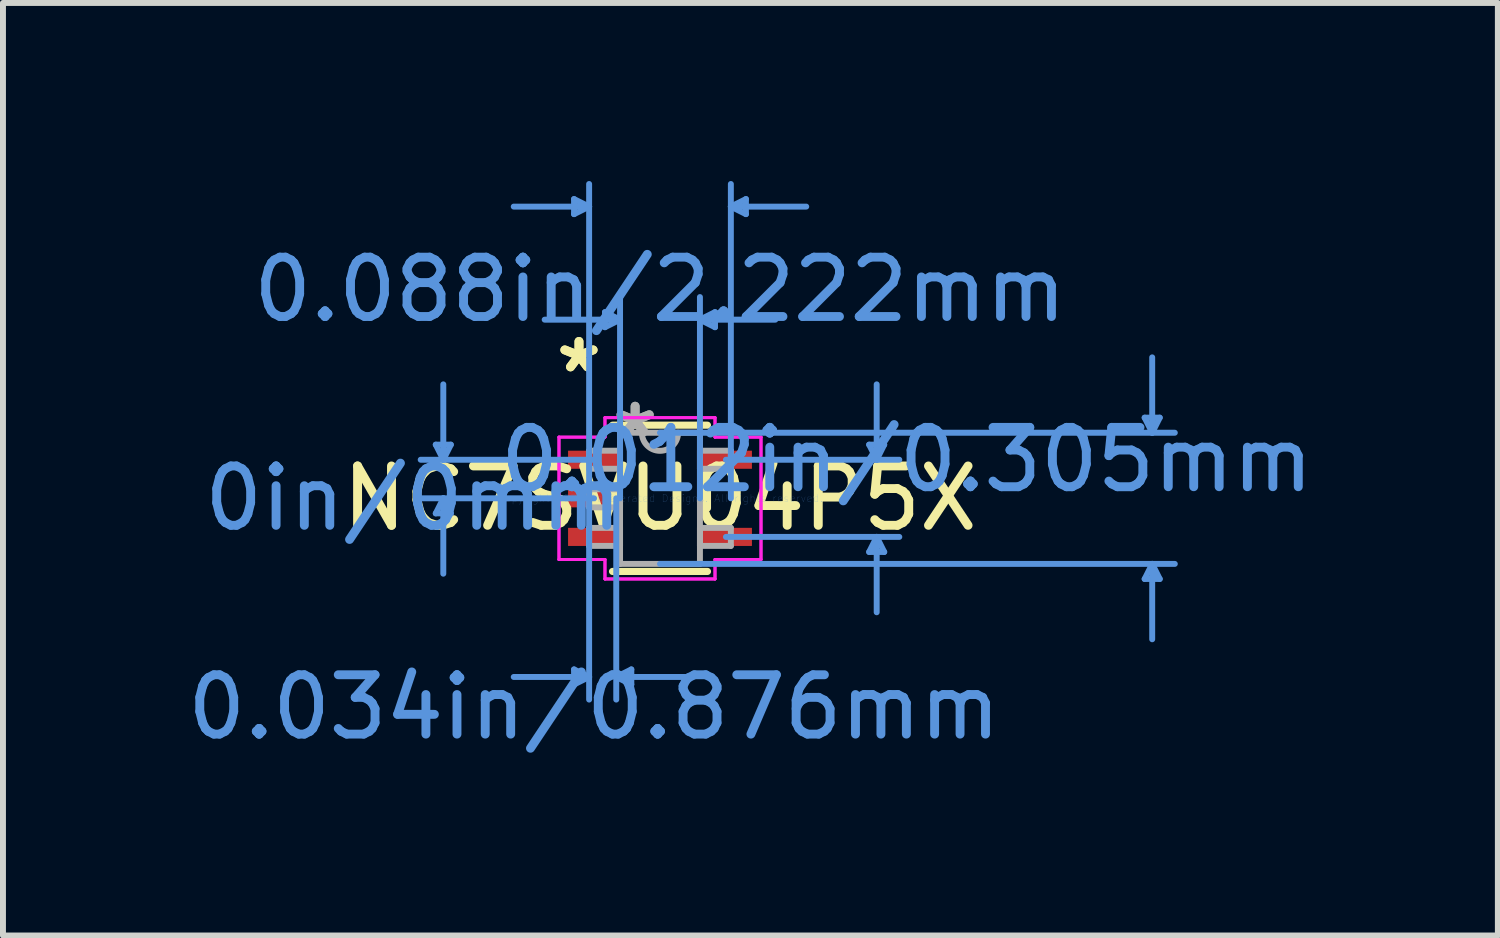
<source format=kicad_pcb>
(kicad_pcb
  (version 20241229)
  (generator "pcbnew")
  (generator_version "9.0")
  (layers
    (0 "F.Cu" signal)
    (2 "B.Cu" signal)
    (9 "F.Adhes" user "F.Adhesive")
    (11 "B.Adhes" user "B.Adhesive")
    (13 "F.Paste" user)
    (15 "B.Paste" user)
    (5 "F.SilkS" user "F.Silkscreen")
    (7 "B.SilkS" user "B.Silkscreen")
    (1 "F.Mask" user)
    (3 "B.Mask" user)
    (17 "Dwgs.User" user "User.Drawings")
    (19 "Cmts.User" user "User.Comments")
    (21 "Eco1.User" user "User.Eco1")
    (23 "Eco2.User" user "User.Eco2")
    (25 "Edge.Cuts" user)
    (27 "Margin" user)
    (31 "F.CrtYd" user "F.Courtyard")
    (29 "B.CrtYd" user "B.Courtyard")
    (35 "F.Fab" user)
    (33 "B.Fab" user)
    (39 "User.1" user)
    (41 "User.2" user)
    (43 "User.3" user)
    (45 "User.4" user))
  (footprint "NC7SVU04P5X"
    (layer "F.Cu")
    (at 8.07 5.346)
    (property "Reference" "NC7SVU04P5X" (at 0 0 0) (layer "F.SilkS") (effects (font (size 1 1) (thickness 0.15))))
    (attr through_hole)
    (fp_line (start -0.8 1.232) (end 0.8 1.232) (stroke (width 0.12) (type solid)) (layer "F.SilkS"))
    (fp_line (start 0.8 -1.232) (end -0.8 -1.232) (stroke (width 0.12) (type solid)) (layer "F.SilkS"))
    (fp_line (start 0.8 0.165) (end 0.8 -0.165) (stroke (width 0.12) (type solid)) (layer "F.SilkS"))
    (fp_line (start -3.778 -0.904) (end -3.524 -0.904) (stroke (width 0.1) (type solid)) (layer "Cmts.User"))
    (fp_line (start -3.778 0.254) (end -3.524 0.254) (stroke (width 0.1) (type solid)) (layer "Cmts.User"))
    (fp_line (start -3.651 -0.65) (end -3.778 -0.904) (stroke (width 0.1) (type solid)) (layer "Cmts.User"))
    (fp_line (start -3.651 -0.65) (end -3.651 -1.92) (stroke (width 0.1) (type solid)) (layer "Cmts.User"))
    (fp_line (start -3.651 -0.65) (end -3.524 -0.904) (stroke (width 0.1) (type solid)) (layer "Cmts.User"))
    (fp_line (start -3.651 0) (end -3.778 0.254) (stroke (width 0.1) (type solid)) (layer "Cmts.User"))
    (fp_line (start -3.651 0) (end -3.651 1.27) (stroke (width 0.1) (type solid)) (layer "Cmts.User"))
    (fp_line (start -3.651 0) (end -3.524 0.254) (stroke (width 0.1) (type solid)) (layer "Cmts.User"))
    (fp_line (start -1.448 -5.042) (end -1.448 -4.788) (stroke (width 0.1) (type solid)) (layer "Cmts.User"))
    (fp_line (start -1.448 2.883) (end -1.448 3.137) (stroke (width 0.1) (type solid)) (layer "Cmts.User"))
    (fp_line (start -1.194 -4.915) (end -2.464 -4.915) (stroke (width 0.1) (type solid)) (layer "Cmts.User"))
    (fp_line (start -1.194 -4.915) (end -1.448 -5.042) (stroke (width 0.1) (type solid)) (layer "Cmts.User"))
    (fp_line (start -1.194 -4.915) (end -1.448 -4.788) (stroke (width 0.1) (type solid)) (layer "Cmts.User"))
    (fp_line (start -1.194 0) (end -1.194 -5.296) (stroke (width 0.1) (type solid)) (layer "Cmts.User"))
    (fp_line (start -1.194 0) (end -1.194 3.391) (stroke (width 0.1) (type solid)) (layer "Cmts.User"))
    (fp_line (start -1.194 3.01) (end -2.464 3.01) (stroke (width 0.1) (type solid)) (layer "Cmts.User"))
    (fp_line (start -1.194 3.01) (end -1.448 2.883) (stroke (width 0.1) (type solid)) (layer "Cmts.User"))
    (fp_line (start -1.194 3.01) (end -1.448 3.137) (stroke (width 0.1) (type solid)) (layer "Cmts.User"))
    (fp_line (start -1.111 -0.65) (end -4.032 -0.65) (stroke (width 0.1) (type solid)) (layer "Cmts.User"))
    (fp_line (start -1.111 0) (end -4.032 0) (stroke (width 0.1) (type solid)) (layer "Cmts.User"))
    (fp_line (start -0.927 -3.137) (end -0.927 -2.883) (stroke (width 0.1) (type solid)) (layer "Cmts.User"))
    (fp_line (start -0.737 0) (end -0.737 3.391) (stroke (width 0.1) (type solid)) (layer "Cmts.User"))
    (fp_line (start -0.737 3.01) (end -0.483 2.883) (stroke (width 0.1) (type solid)) (layer "Cmts.User"))
    (fp_line (start -0.737 3.01) (end -0.483 3.137) (stroke (width 0.1) (type solid)) (layer "Cmts.User"))
    (fp_line (start -0.737 3.01) (end 0.533 3.01) (stroke (width 0.1) (type solid)) (layer "Cmts.User"))
    (fp_line (start -0.673 -3.01) (end -1.943 -3.01) (stroke (width 0.1) (type solid)) (layer "Cmts.User"))
    (fp_line (start -0.673 -3.01) (end -0.927 -3.137) (stroke (width 0.1) (type solid)) (layer "Cmts.User"))
    (fp_line (start -0.673 -3.01) (end -0.927 -2.883) (stroke (width 0.1) (type solid)) (layer "Cmts.User"))
    (fp_line (start -0.673 0) (end -0.673 -3.391) (stroke (width 0.1) (type solid)) (layer "Cmts.User"))
    (fp_line (start -0.483 2.883) (end -0.483 3.137) (stroke (width 0.1) (type solid)) (layer "Cmts.User"))
    (fp_line (start 0 -1.105) (end 8.674 -1.105) (stroke (width 0.1) (type solid)) (layer "Cmts.User"))
    (fp_line (start 0 1.105) (end 8.674 1.105) (stroke (width 0.1) (type solid)) (layer "Cmts.User"))
    (fp_line (start 0.673 -3.01) (end 0.927 -3.137) (stroke (width 0.1) (type solid)) (layer "Cmts.User"))
    (fp_line (start 0.673 -3.01) (end 0.927 -2.883) (stroke (width 0.1) (type solid)) (layer "Cmts.User"))
    (fp_line (start 0.673 -3.01) (end 1.943 -3.01) (stroke (width 0.1) (type solid)) (layer "Cmts.User"))
    (fp_line (start 0.673 0) (end 0.673 -3.391) (stroke (width 0.1) (type solid)) (layer "Cmts.User"))
    (fp_line (start 0.927 -3.137) (end 0.927 -2.883) (stroke (width 0.1) (type solid)) (layer "Cmts.User"))
    (fp_line (start 1.111 -0.65) (end 4.032 -0.65) (stroke (width 0.1) (type solid)) (layer "Cmts.User"))
    (fp_line (start 1.111 0.65) (end 4.032 0.65) (stroke (width 0.1) (type solid)) (layer "Cmts.User"))
    (fp_line (start 1.194 -4.915) (end 1.448 -5.042) (stroke (width 0.1) (type solid)) (layer "Cmts.User"))
    (fp_line (start 1.194 -4.915) (end 1.448 -4.788) (stroke (width 0.1) (type solid)) (layer "Cmts.User"))
    (fp_line (start 1.194 -4.915) (end 2.464 -4.915) (stroke (width 0.1) (type solid)) (layer "Cmts.User"))
    (fp_line (start 1.194 0) (end 1.194 -5.296) (stroke (width 0.1) (type solid)) (layer "Cmts.User"))
    (fp_line (start 1.448 -5.042) (end 1.448 -4.788) (stroke (width 0.1) (type solid)) (layer "Cmts.User"))
    (fp_line (start 3.524 -0.904) (end 3.778 -0.904) (stroke (width 0.1) (type solid)) (layer "Cmts.User"))
    (fp_line (start 3.524 0.904) (end 3.778 0.904) (stroke (width 0.1) (type solid)) (layer "Cmts.User"))
    (fp_line (start 3.651 -0.65) (end 3.524 -0.904) (stroke (width 0.1) (type solid)) (layer "Cmts.User"))
    (fp_line (start 3.651 -0.65) (end 3.651 -1.92) (stroke (width 0.1) (type solid)) (layer "Cmts.User"))
    (fp_line (start 3.651 -0.65) (end 3.778 -0.904) (stroke (width 0.1) (type solid)) (layer "Cmts.User"))
    (fp_line (start 3.651 0.65) (end 3.524 0.904) (stroke (width 0.1) (type solid)) (layer "Cmts.User"))
    (fp_line (start 3.651 0.65) (end 3.651 1.92) (stroke (width 0.1) (type solid)) (layer "Cmts.User"))
    (fp_line (start 3.651 0.65) (end 3.778 0.904) (stroke (width 0.1) (type solid)) (layer "Cmts.User"))
    (fp_line (start 8.166 -1.359) (end 8.42 -1.359) (stroke (width 0.1) (type solid)) (layer "Cmts.User"))
    (fp_line (start 8.166 1.359) (end 8.42 1.359) (stroke (width 0.1) (type solid)) (layer "Cmts.User"))
    (fp_line (start 8.293 -1.105) (end 8.166 -1.359) (stroke (width 0.1) (type solid)) (layer "Cmts.User"))
    (fp_line (start 8.293 -1.105) (end 8.293 -2.375) (stroke (width 0.1) (type solid)) (layer "Cmts.User"))
    (fp_line (start 8.293 -1.105) (end 8.42 -1.359) (stroke (width 0.1) (type solid)) (layer "Cmts.User"))
    (fp_line (start 8.293 1.105) (end 8.166 1.359) (stroke (width 0.1) (type solid)) (layer "Cmts.User"))
    (fp_line (start 8.293 1.105) (end 8.293 2.375) (stroke (width 0.1) (type solid)) (layer "Cmts.User"))
    (fp_line (start 8.293 1.105) (end 8.42 1.359) (stroke (width 0.1) (type solid)) (layer "Cmts.User"))
    (fp_line (start -1.702 -1.031) (end -0.927 -1.031) (stroke (width 0.05) (type solid)) (layer "F.CrtYd"))
    (fp_line (start -1.702 -1.031) (end -0.927 -1.031) (stroke (width 0.05) (type solid)) (layer "F.CrtYd"))
    (fp_line (start -1.702 1.031) (end -1.702 -1.031) (stroke (width 0.05) (type solid)) (layer "F.CrtYd"))
    (fp_line (start -1.702 1.031) (end -1.702 -1.031) (stroke (width 0.05) (type solid)) (layer "F.CrtYd"))
    (fp_line (start -0.927 -1.359) (end 0.927 -1.359) (stroke (width 0.05) (type solid)) (layer "F.CrtYd"))
    (fp_line (start -0.927 -1.359) (end 0.927 -1.359) (stroke (width 0.05) (type solid)) (layer "F.CrtYd"))
    (fp_line (start -0.927 -1.031) (end -0.927 -1.359) (stroke (width 0.05) (type solid)) (layer "F.CrtYd"))
    (fp_line (start -0.927 -1.031) (end -0.927 -1.359) (stroke (width 0.05) (type solid)) (layer "F.CrtYd"))
    (fp_line (start -0.927 1.031) (end -1.702 1.031) (stroke (width 0.05) (type solid)) (layer "F.CrtYd"))
    (fp_line (start -0.927 1.031) (end -1.702 1.031) (stroke (width 0.05) (type solid)) (layer "F.CrtYd"))
    (fp_line (start -0.927 1.359) (end -0.927 1.031) (stroke (width 0.05) (type solid)) (layer "F.CrtYd"))
    (fp_line (start -0.927 1.359) (end -0.927 1.031) (stroke (width 0.05) (type solid)) (layer "F.CrtYd"))
    (fp_line (start 0.927 -1.359) (end 0.927 -1.031) (stroke (width 0.05) (type solid)) (layer "F.CrtYd"))
    (fp_line (start 0.927 -1.359) (end 0.927 -1.031) (stroke (width 0.05) (type solid)) (layer "F.CrtYd"))
    (fp_line (start 0.927 -1.031) (end 1.702 -1.031) (stroke (width 0.05) (type solid)) (layer "F.CrtYd"))
    (fp_line (start 0.927 -1.031) (end 1.702 -1.031) (stroke (width 0.05) (type solid)) (layer "F.CrtYd"))
    (fp_line (start 0.927 1.031) (end 0.927 1.359) (stroke (width 0.05) (type solid)) (layer "F.CrtYd"))
    (fp_line (start 0.927 1.031) (end 0.927 1.359) (stroke (width 0.05) (type solid)) (layer "F.CrtYd"))
    (fp_line (start 0.927 1.359) (end -0.927 1.359) (stroke (width 0.05) (type solid)) (layer "F.CrtYd"))
    (fp_line (start 0.927 1.359) (end -0.927 1.359) (stroke (width 0.05) (type solid)) (layer "F.CrtYd"))
    (fp_line (start 1.702 -1.031) (end 1.702 1.031) (stroke (width 0.05) (type solid)) (layer "F.CrtYd"))
    (fp_line (start 1.702 -1.031) (end 1.702 1.031) (stroke (width 0.05) (type solid)) (layer "F.CrtYd"))
    (fp_line (start 1.702 1.031) (end 0.927 1.031) (stroke (width 0.05) (type solid)) (layer "F.CrtYd"))
    (fp_line (start 1.702 1.031) (end 0.927 1.031) (stroke (width 0.05) (type solid)) (layer "F.CrtYd"))
    (fp_line (start -1.194 -0.802) (end -1.194 -0.498) (stroke (width 0.1) (type solid)) (layer "F.Fab"))
    (fp_line (start -1.194 -0.498) (end -0.673 -0.498) (stroke (width 0.1) (type solid)) (layer "F.Fab"))
    (fp_line (start -1.194 -0.152) (end -1.194 0.152) (stroke (width 0.1) (type solid)) (layer "F.Fab"))
    (fp_line (start -1.194 0.152) (end -0.673 0.152) (stroke (width 0.1) (type solid)) (layer "F.Fab"))
    (fp_line (start -1.194 0.498) (end -1.194 0.802) (stroke (width 0.1) (type solid)) (layer "F.Fab"))
    (fp_line (start -1.194 0.802) (end -0.673 0.802) (stroke (width 0.1) (type solid)) (layer "F.Fab"))
    (fp_line (start -0.673 -1.105) (end -0.673 1.105) (stroke (width 0.1) (type solid)) (layer "F.Fab"))
    (fp_line (start -0.673 -0.802) (end -1.194 -0.802) (stroke (width 0.1) (type solid)) (layer "F.Fab"))
    (fp_line (start -0.673 -0.498) (end -0.673 -0.802) (stroke (width 0.1) (type solid)) (layer "F.Fab"))
    (fp_line (start -0.673 -0.152) (end -1.194 -0.152) (stroke (width 0.1) (type solid)) (layer "F.Fab"))
    (fp_line (start -0.673 0.152) (end -0.673 -0.152) (stroke (width 0.1) (type solid)) (layer "F.Fab"))
    (fp_line (start -0.673 0.498) (end -1.194 0.498) (stroke (width 0.1) (type solid)) (layer "F.Fab"))
    (fp_line (start -0.673 0.802) (end -0.673 0.498) (stroke (width 0.1) (type solid)) (layer "F.Fab"))
    (fp_line (start -0.673 1.105) (end 0.673 1.105) (stroke (width 0.1) (type solid)) (layer "F.Fab"))
    (fp_line (start 0.673 -1.105) (end -0.673 -1.105) (stroke (width 0.1) (type solid)) (layer "F.Fab"))
    (fp_line (start 0.673 -0.802) (end 0.673 -0.498) (stroke (width 0.1) (type solid)) (layer "F.Fab"))
    (fp_line (start 0.673 -0.498) (end 1.194 -0.498) (stroke (width 0.1) (type solid)) (layer "F.Fab"))
    (fp_line (start 0.673 0.498) (end 0.673 0.802) (stroke (width 0.1) (type solid)) (layer "F.Fab"))
    (fp_line (start 0.673 0.802) (end 1.194 0.802) (stroke (width 0.1) (type solid)) (layer "F.Fab"))
    (fp_line (start 0.673 1.105) (end 0.673 -1.105) (stroke (width 0.1) (type solid)) (layer "F.Fab"))
    (fp_line (start 1.194 -0.802) (end 0.673 -0.802) (stroke (width 0.1) (type solid)) (layer "F.Fab"))
    (fp_line (start 1.194 -0.498) (end 1.194 -0.802) (stroke (width 0.1) (type solid)) (layer "F.Fab"))
    (fp_line (start 1.194 0.498) (end 0.673 0.498) (stroke (width 0.1) (type solid)) (layer "F.Fab"))
    (fp_line (start 1.194 0.802) (end 1.194 0.498) (stroke (width 0.1) (type solid)) (layer "F.Fab"))
    (fp_arc (start 0.3048 -1.1049) (mid 0 -0.8001) (end -0.3048 -1.1049) (stroke (width 0.1) (type solid)) (layer "F.Fab"))
    (fp_text user "*" (at -1.365 -2.098 0) (layer "F.SilkS") (effects (font (size 1 1) (thickness 0.15))))
    (fp_text user "*" (at -1.365 -2.098 0) (layer "F.SilkS") (effects (font (size 1 1) (thickness 0.15))))
    (fp_text user "0in/0mm" (at -4.159 0 0) (layer "Cmts.User") (effects (font (size 1 1) (thickness 0.15))))
    (fp_text user "0.034in/0.876mm" (at -1.111 3.518 0) (layer "Cmts.User") (effects (font (size 1 1) (thickness 0.15))))
    (fp_text user "0.012in/0.305mm" (at 4.159 -0.65 0) (layer "Cmts.User") (effects (font (size 1 1) (thickness 0.15))))
    (fp_text user "0.088in/2.222mm" (at 0 -3.518 0) (layer "Cmts.User") (effects (font (size 1 1) (thickness 0.15))))
    (fp_text user "Copyright 2021 Accelerated Designs. All rights reserved." (at 0 0 0) (layer "Cmts.User") (effects (font (size 0.127 0.127) (thickness 0.002))))
    (fp_text user "*" (at -0.419 -1.006 0) (layer "F.Fab") (effects (font (size 1 1) (thickness 0.15))))
    (fp_text user "*" (at -0.419 -1.006 0) (layer "F.Fab") (effects (font (size 1 1) (thickness 0.15))))
    (pad "1" smd rect (at -1.111 -0.65) (size 0.876 0.305) (layers "F.Cu" "F.Mask" "F.Paste"))
    (pad "2" smd rect (at -1.111 0) (size 0.876 0.305) (layers "F.Cu" "F.Mask" "F.Paste"))
    (pad "3" smd rect (at -1.111 0.65) (size 0.876 0.305) (layers "F.Cu" "F.Mask" "F.Paste"))
    (pad "4" smd rect (at 1.111 0.65) (size 0.876 0.305) (layers "F.Cu" "F.Mask" "F.Paste"))
    (pad "5" smd rect (at 1.111 -0.65) (size 0.876 0.305) (layers "F.Cu" "F.Mask" "F.Paste")))
  (gr_rect
    (start -3 -3)
    (end 22.187 12.712)
    (stroke (width 0.1) (type default))
    (fill no)
    (layer "Edge.Cuts")))
</source>
